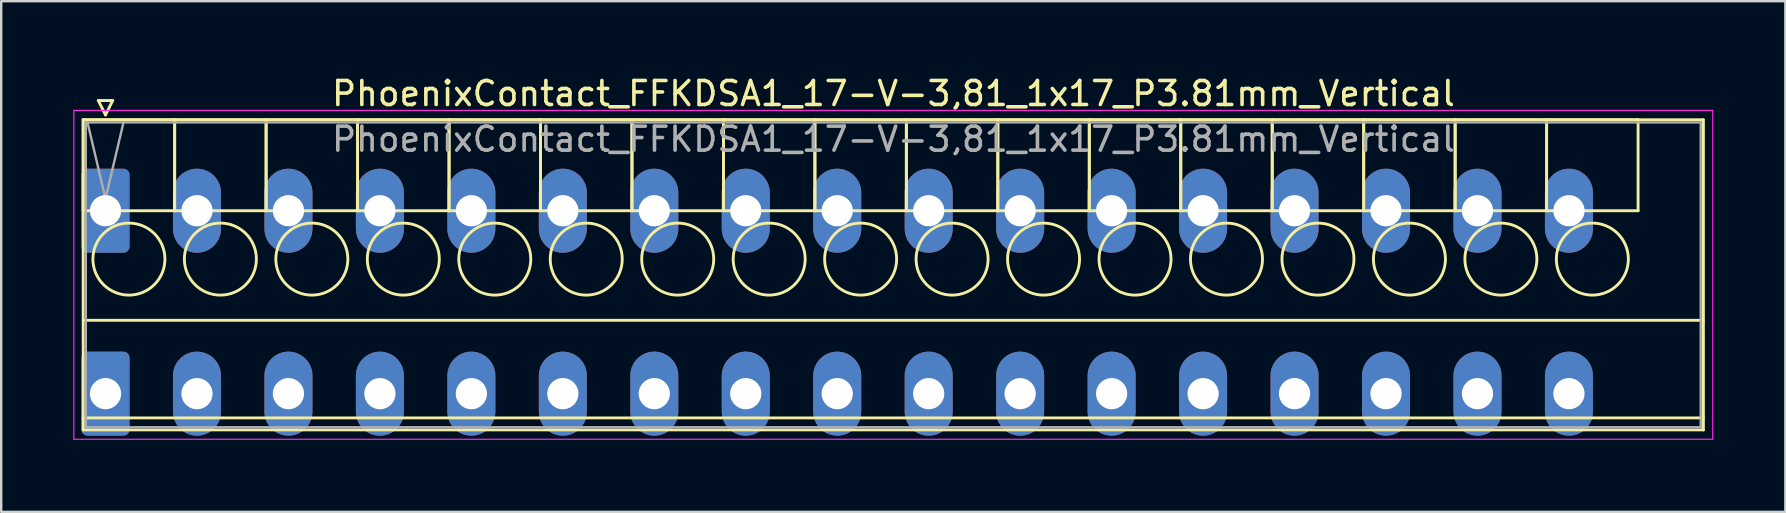
<source format=kicad_pcb>
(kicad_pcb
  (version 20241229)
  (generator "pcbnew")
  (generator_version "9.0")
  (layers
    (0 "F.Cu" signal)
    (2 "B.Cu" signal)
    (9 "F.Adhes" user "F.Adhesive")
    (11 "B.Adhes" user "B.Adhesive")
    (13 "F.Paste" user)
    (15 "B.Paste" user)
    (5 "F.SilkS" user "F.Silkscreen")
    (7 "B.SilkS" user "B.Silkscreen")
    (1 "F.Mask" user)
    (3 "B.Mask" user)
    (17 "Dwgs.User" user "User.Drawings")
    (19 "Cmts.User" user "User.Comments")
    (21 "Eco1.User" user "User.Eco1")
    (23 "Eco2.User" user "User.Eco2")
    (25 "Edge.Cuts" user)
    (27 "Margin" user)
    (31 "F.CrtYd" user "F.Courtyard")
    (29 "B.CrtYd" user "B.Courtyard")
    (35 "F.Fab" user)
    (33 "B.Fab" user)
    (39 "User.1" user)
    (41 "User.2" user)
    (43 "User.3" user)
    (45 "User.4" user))
  (footprint "PhoenixContact_FFKDSA1_17-V-3,81_1x17_P3.81mm_Vertical"
    (layer "F.Cu")
    (at 1.345 5.728)
    (property "Reference" "PhoenixContact_FFKDSA1_17-V-3,81_1x17_P3.81mm_Vertical" (at 32.82 -4.88 0) (layer "F.SilkS") (effects (font (size 1 1) (thickness 0.15))))
    (attr through_hole)
    (fp_line (start -0.93 -3.79) (end -0.93 0) (stroke (width 0.12) (type solid)) (layer "F.SilkS"))
    (fp_line (start -0.93 -3.79) (end -0.93 9.13) (stroke (width 0.12) (type solid)) (layer "F.SilkS"))
    (fp_line (start -0.93 0) (end 2.88 0) (stroke (width 0.12) (type solid)) (layer "F.SilkS"))
    (fp_line (start -0.93 4.565) (end 66.56 4.565) (stroke (width 0.12) (type solid)) (layer "F.SilkS"))
    (fp_line (start -0.93 8.63) (end 66.56 8.63) (stroke (width 0.12) (type solid)) (layer "F.SilkS"))
    (fp_line (start -0.93 9.13) (end 66.56 9.13) (stroke (width 0.12) (type solid)) (layer "F.SilkS"))
    (fp_line (start -0.3 -4.59) (end 0.3 -4.59) (stroke (width 0.12) (type solid)) (layer "F.SilkS"))
    (fp_line (start 0 -3.99) (end -0.3 -4.59) (stroke (width 0.12) (type solid)) (layer "F.SilkS"))
    (fp_line (start 0.3 -4.59) (end 0 -3.99) (stroke (width 0.12) (type solid)) (layer "F.SilkS"))
    (fp_line (start 2.88 -3.79) (end -0.93 -3.79) (stroke (width 0.12) (type solid)) (layer "F.SilkS"))
    (fp_line (start 2.88 -3.79) (end 2.88 0) (stroke (width 0.12) (type solid)) (layer "F.SilkS"))
    (fp_line (start 2.88 0) (end 2.88 -3.79) (stroke (width 0.12) (type solid)) (layer "F.SilkS"))
    (fp_line (start 2.88 0) (end 6.69 0) (stroke (width 0.12) (type solid)) (layer "F.SilkS"))
    (fp_line (start 6.69 -3.79) (end 2.88 -3.79) (stroke (width 0.12) (type solid)) (layer "F.SilkS"))
    (fp_line (start 6.69 -3.79) (end 6.69 0) (stroke (width 0.12) (type solid)) (layer "F.SilkS"))
    (fp_line (start 6.69 0) (end 6.69 -3.79) (stroke (width 0.12) (type solid)) (layer "F.SilkS"))
    (fp_line (start 6.69 0) (end 10.5 0) (stroke (width 0.12) (type solid)) (layer "F.SilkS"))
    (fp_line (start 10.5 -3.79) (end 6.69 -3.79) (stroke (width 0.12) (type solid)) (layer "F.SilkS"))
    (fp_line (start 10.5 -3.79) (end 10.5 0) (stroke (width 0.12) (type solid)) (layer "F.SilkS"))
    (fp_line (start 10.5 0) (end 10.5 -3.79) (stroke (width 0.12) (type solid)) (layer "F.SilkS"))
    (fp_line (start 10.5 0) (end 14.31 0) (stroke (width 0.12) (type solid)) (layer "F.SilkS"))
    (fp_line (start 14.31 -3.79) (end 10.5 -3.79) (stroke (width 0.12) (type solid)) (layer "F.SilkS"))
    (fp_line (start 14.31 -3.79) (end 14.31 0) (stroke (width 0.12) (type solid)) (layer "F.SilkS"))
    (fp_line (start 14.31 0) (end 14.31 -3.79) (stroke (width 0.12) (type solid)) (layer "F.SilkS"))
    (fp_line (start 14.31 0) (end 18.12 0) (stroke (width 0.12) (type solid)) (layer "F.SilkS"))
    (fp_line (start 18.12 -3.79) (end 14.31 -3.79) (stroke (width 0.12) (type solid)) (layer "F.SilkS"))
    (fp_line (start 18.12 -3.79) (end 18.12 0) (stroke (width 0.12) (type solid)) (layer "F.SilkS"))
    (fp_line (start 18.12 0) (end 18.12 -3.79) (stroke (width 0.12) (type solid)) (layer "F.SilkS"))
    (fp_line (start 18.12 0) (end 21.93 0) (stroke (width 0.12) (type solid)) (layer "F.SilkS"))
    (fp_line (start 21.93 -3.79) (end 18.12 -3.79) (stroke (width 0.12) (type solid)) (layer "F.SilkS"))
    (fp_line (start 21.93 -3.79) (end 21.93 0) (stroke (width 0.12) (type solid)) (layer "F.SilkS"))
    (fp_line (start 21.93 0) (end 21.93 -3.79) (stroke (width 0.12) (type solid)) (layer "F.SilkS"))
    (fp_line (start 21.93 0) (end 25.74 0) (stroke (width 0.12) (type solid)) (layer "F.SilkS"))
    (fp_line (start 25.74 -3.79) (end 21.93 -3.79) (stroke (width 0.12) (type solid)) (layer "F.SilkS"))
    (fp_line (start 25.74 -3.79) (end 25.74 0) (stroke (width 0.12) (type solid)) (layer "F.SilkS"))
    (fp_line (start 25.74 0) (end 25.74 -3.79) (stroke (width 0.12) (type solid)) (layer "F.SilkS"))
    (fp_line (start 25.74 0) (end 29.55 0) (stroke (width 0.12) (type solid)) (layer "F.SilkS"))
    (fp_line (start 29.55 -3.79) (end 25.74 -3.79) (stroke (width 0.12) (type solid)) (layer "F.SilkS"))
    (fp_line (start 29.55 -3.79) (end 29.55 0) (stroke (width 0.12) (type solid)) (layer "F.SilkS"))
    (fp_line (start 29.55 0) (end 29.55 -3.79) (stroke (width 0.12) (type solid)) (layer "F.SilkS"))
    (fp_line (start 29.55 0) (end 33.36 0) (stroke (width 0.12) (type solid)) (layer "F.SilkS"))
    (fp_line (start 33.36 -3.79) (end 29.55 -3.79) (stroke (width 0.12) (type solid)) (layer "F.SilkS"))
    (fp_line (start 33.36 -3.79) (end 33.36 0) (stroke (width 0.12) (type solid)) (layer "F.SilkS"))
    (fp_line (start 33.36 0) (end 33.36 -3.79) (stroke (width 0.12) (type solid)) (layer "F.SilkS"))
    (fp_line (start 33.36 0) (end 37.17 0) (stroke (width 0.12) (type solid)) (layer "F.SilkS"))
    (fp_line (start 37.17 -3.79) (end 33.36 -3.79) (stroke (width 0.12) (type solid)) (layer "F.SilkS"))
    (fp_line (start 37.17 -3.79) (end 37.17 0) (stroke (width 0.12) (type solid)) (layer "F.SilkS"))
    (fp_line (start 37.17 0) (end 37.17 -3.79) (stroke (width 0.12) (type solid)) (layer "F.SilkS"))
    (fp_line (start 37.17 0) (end 40.98 0) (stroke (width 0.12) (type solid)) (layer "F.SilkS"))
    (fp_line (start 40.98 -3.79) (end 37.17 -3.79) (stroke (width 0.12) (type solid)) (layer "F.SilkS"))
    (fp_line (start 40.98 -3.79) (end 40.98 0) (stroke (width 0.12) (type solid)) (layer "F.SilkS"))
    (fp_line (start 40.98 0) (end 40.98 -3.79) (stroke (width 0.12) (type solid)) (layer "F.SilkS"))
    (fp_line (start 40.98 0) (end 44.79 0) (stroke (width 0.12) (type solid)) (layer "F.SilkS"))
    (fp_line (start 44.79 -3.79) (end 40.98 -3.79) (stroke (width 0.12) (type solid)) (layer "F.SilkS"))
    (fp_line (start 44.79 -3.79) (end 44.79 0) (stroke (width 0.12) (type solid)) (layer "F.SilkS"))
    (fp_line (start 44.79 0) (end 44.79 -3.79) (stroke (width 0.12) (type solid)) (layer "F.SilkS"))
    (fp_line (start 44.79 0) (end 48.6 0) (stroke (width 0.12) (type solid)) (layer "F.SilkS"))
    (fp_line (start 48.6 -3.79) (end 44.79 -3.79) (stroke (width 0.12) (type solid)) (layer "F.SilkS"))
    (fp_line (start 48.6 -3.79) (end 48.6 0) (stroke (width 0.12) (type solid)) (layer "F.SilkS"))
    (fp_line (start 48.6 0) (end 48.6 -3.79) (stroke (width 0.12) (type solid)) (layer "F.SilkS"))
    (fp_line (start 48.6 0) (end 52.41 0) (stroke (width 0.12) (type solid)) (layer "F.SilkS"))
    (fp_line (start 52.41 -3.79) (end 48.6 -3.79) (stroke (width 0.12) (type solid)) (layer "F.SilkS"))
    (fp_line (start 52.41 -3.79) (end 52.41 0) (stroke (width 0.12) (type solid)) (layer "F.SilkS"))
    (fp_line (start 52.41 0) (end 52.41 -3.79) (stroke (width 0.12) (type solid)) (layer "F.SilkS"))
    (fp_line (start 52.41 0) (end 56.22 0) (stroke (width 0.12) (type solid)) (layer "F.SilkS"))
    (fp_line (start 56.22 -3.79) (end 52.41 -3.79) (stroke (width 0.12) (type solid)) (layer "F.SilkS"))
    (fp_line (start 56.22 -3.79) (end 56.22 0) (stroke (width 0.12) (type solid)) (layer "F.SilkS"))
    (fp_line (start 56.22 0) (end 56.22 -3.79) (stroke (width 0.12) (type solid)) (layer "F.SilkS"))
    (fp_line (start 56.22 0) (end 60.03 0) (stroke (width 0.12) (type solid)) (layer "F.SilkS"))
    (fp_line (start 60.03 -3.79) (end 56.22 -3.79) (stroke (width 0.12) (type solid)) (layer "F.SilkS"))
    (fp_line (start 60.03 -3.79) (end 60.03 0) (stroke (width 0.12) (type solid)) (layer "F.SilkS"))
    (fp_line (start 60.03 0) (end 60.03 -3.79) (stroke (width 0.12) (type solid)) (layer "F.SilkS"))
    (fp_line (start 60.03 0) (end 63.84 0) (stroke (width 0.12) (type solid)) (layer "F.SilkS"))
    (fp_line (start 63.84 -3.79) (end 60.03 -3.79) (stroke (width 0.12) (type solid)) (layer "F.SilkS"))
    (fp_line (start 63.84 0) (end 63.84 -3.79) (stroke (width 0.12) (type solid)) (layer "F.SilkS"))
    (fp_line (start 66.56 -3.79) (end -0.93 -3.79) (stroke (width 0.12) (type solid)) (layer "F.SilkS"))
    (fp_line (start 66.56 9.13) (end 66.56 -3.79) (stroke (width 0.12) (type solid)) (layer "F.SilkS"))
    (fp_circle (center 0.975 2.015) (end 2.475 2.015) (stroke (width 0.12) (type solid)) (fill no) (layer "F.SilkS"))
    (fp_circle (center 4.785 2.015) (end 6.285 2.015) (stroke (width 0.12) (type solid)) (fill no) (layer "F.SilkS"))
    (fp_circle (center 8.595 2.015) (end 10.095 2.015) (stroke (width 0.12) (type solid)) (fill no) (layer "F.SilkS"))
    (fp_circle (center 12.405 2.015) (end 13.905 2.015) (stroke (width 0.12) (type solid)) (fill no) (layer "F.SilkS"))
    (fp_circle (center 16.215 2.015) (end 17.715 2.015) (stroke (width 0.12) (type solid)) (fill no) (layer "F.SilkS"))
    (fp_circle (center 20.025 2.015) (end 21.525 2.015) (stroke (width 0.12) (type solid)) (fill no) (layer "F.SilkS"))
    (fp_circle (center 23.835 2.015) (end 25.335 2.015) (stroke (width 0.12) (type solid)) (fill no) (layer "F.SilkS"))
    (fp_circle (center 27.645 2.015) (end 29.145 2.015) (stroke (width 0.12) (type solid)) (fill no) (layer "F.SilkS"))
    (fp_circle (center 31.455 2.015) (end 32.955 2.015) (stroke (width 0.12) (type solid)) (fill no) (layer "F.SilkS"))
    (fp_circle (center 35.265 2.015) (end 36.765 2.015) (stroke (width 0.12) (type solid)) (fill no) (layer "F.SilkS"))
    (fp_circle (center 39.075 2.015) (end 40.575 2.015) (stroke (width 0.12) (type solid)) (fill no) (layer "F.SilkS"))
    (fp_circle (center 42.885 2.015) (end 44.385 2.015) (stroke (width 0.12) (type solid)) (fill no) (layer "F.SilkS"))
    (fp_circle (center 46.695 2.015) (end 48.195 2.015) (stroke (width 0.12) (type solid)) (fill no) (layer "F.SilkS"))
    (fp_circle (center 50.505 2.015) (end 52.005 2.015) (stroke (width 0.12) (type solid)) (fill no) (layer "F.SilkS"))
    (fp_circle (center 54.315 2.015) (end 55.815 2.015) (stroke (width 0.12) (type solid)) (fill no) (layer "F.SilkS"))
    (fp_circle (center 58.125 2.015) (end 59.625 2.015) (stroke (width 0.12) (type solid)) (fill no) (layer "F.SilkS"))
    (fp_circle (center 61.935 2.015) (end 63.435 2.015) (stroke (width 0.12) (type solid)) (fill no) (layer "F.SilkS"))
    (fp_line (start -1.32 -4.18) (end -1.32 9.52) (stroke (width 0.05) (type solid)) (layer "F.CrtYd"))
    (fp_line (start -1.32 9.52) (end 66.95 9.52) (stroke (width 0.05) (type solid)) (layer "F.CrtYd"))
    (fp_line (start 66.95 -4.18) (end -1.32 -4.18) (stroke (width 0.05) (type solid)) (layer "F.CrtYd"))
    (fp_line (start 66.95 9.52) (end 66.95 -4.18) (stroke (width 0.05) (type solid)) (layer "F.CrtYd"))
    (fp_line (start -0.82 -3.68) (end -0.82 9.02) (stroke (width 0.1) (type solid)) (layer "F.Fab"))
    (fp_line (start -0.82 9.02) (end 66.45 9.02) (stroke (width 0.1) (type solid)) (layer "F.Fab"))
    (fp_line (start 0 -0.5) (end -0.75 -3.68) (stroke (width 0.1) (type solid)) (layer "F.Fab"))
    (fp_line (start 0.75 -3.68) (end 0 -0.5) (stroke (width 0.1) (type solid)) (layer "F.Fab"))
    (fp_line (start 66.45 -3.68) (end -0.82 -3.68) (stroke (width 0.1) (type solid)) (layer "F.Fab"))
    (fp_line (start 66.45 9.02) (end 66.45 -3.68) (stroke (width 0.1) (type solid)) (layer "F.Fab"))
    (fp_text user "${REFERENCE}" (at 32.82 -2.98 0) (layer "F.Fab") (effects (font (size 1 1) (thickness 0.15))))
    (pad "1" thru_hole roundrect (at 0 0) (size 2 3.5) (drill 1.3) (layers "*.Cu" "*.Mask") (roundrect_rratio 0.125))
    (pad "1" thru_hole roundrect (at 0 7.62) (size 2 3.5) (drill 1.3) (layers "*.Cu" "*.Mask") (roundrect_rratio 0.125))
    (pad "2" thru_hole oval (at 3.81 0) (size 2 3.5) (drill 1.3) (layers "*.Cu" "*.Mask"))
    (pad "2" thru_hole oval (at 3.81 7.62) (size 2 3.5) (drill 1.3) (layers "*.Cu" "*.Mask"))
    (pad "3" thru_hole oval (at 7.62 0) (size 2 3.5) (drill 1.3) (layers "*.Cu" "*.Mask"))
    (pad "3" thru_hole oval (at 7.62 7.62) (size 2 3.5) (drill 1.3) (layers "*.Cu" "*.Mask"))
    (pad "4" thru_hole oval (at 11.43 0) (size 2 3.5) (drill 1.3) (layers "*.Cu" "*.Mask"))
    (pad "4" thru_hole oval (at 11.43 7.62) (size 2 3.5) (drill 1.3) (layers "*.Cu" "*.Mask"))
    (pad "5" thru_hole oval (at 15.24 0) (size 2 3.5) (drill 1.3) (layers "*.Cu" "*.Mask"))
    (pad "5" thru_hole oval (at 15.24 7.62) (size 2 3.5) (drill 1.3) (layers "*.Cu" "*.Mask"))
    (pad "6" thru_hole oval (at 19.05 0) (size 2 3.5) (drill 1.3) (layers "*.Cu" "*.Mask"))
    (pad "6" thru_hole oval (at 19.05 7.62) (size 2 3.5) (drill 1.3) (layers "*.Cu" "*.Mask"))
    (pad "7" thru_hole oval (at 22.86 0) (size 2 3.5) (drill 1.3) (layers "*.Cu" "*.Mask"))
    (pad "7" thru_hole oval (at 22.86 7.62) (size 2 3.5) (drill 1.3) (layers "*.Cu" "*.Mask"))
    (pad "8" thru_hole oval (at 26.67 0) (size 2 3.5) (drill 1.3) (layers "*.Cu" "*.Mask"))
    (pad "8" thru_hole oval (at 26.67 7.62) (size 2 3.5) (drill 1.3) (layers "*.Cu" "*.Mask"))
    (pad "9" thru_hole oval (at 30.48 0) (size 2 3.5) (drill 1.3) (layers "*.Cu" "*.Mask"))
    (pad "9" thru_hole oval (at 30.48 7.62) (size 2 3.5) (drill 1.3) (layers "*.Cu" "*.Mask"))
    (pad "10" thru_hole oval (at 34.29 0) (size 2 3.5) (drill 1.3) (layers "*.Cu" "*.Mask"))
    (pad "10" thru_hole oval (at 34.29 7.62) (size 2 3.5) (drill 1.3) (layers "*.Cu" "*.Mask"))
    (pad "11" thru_hole oval (at 38.1 0) (size 2 3.5) (drill 1.3) (layers "*.Cu" "*.Mask"))
    (pad "11" thru_hole oval (at 38.1 7.62) (size 2 3.5) (drill 1.3) (layers "*.Cu" "*.Mask"))
    (pad "12" thru_hole oval (at 41.91 0) (size 2 3.5) (drill 1.3) (layers "*.Cu" "*.Mask"))
    (pad "12" thru_hole oval (at 41.91 7.62) (size 2 3.5) (drill 1.3) (layers "*.Cu" "*.Mask"))
    (pad "13" thru_hole oval (at 45.72 0) (size 2 3.5) (drill 1.3) (layers "*.Cu" "*.Mask"))
    (pad "13" thru_hole oval (at 45.72 7.62) (size 2 3.5) (drill 1.3) (layers "*.Cu" "*.Mask"))
    (pad "14" thru_hole oval (at 49.53 0) (size 2 3.5) (drill 1.3) (layers "*.Cu" "*.Mask"))
    (pad "14" thru_hole oval (at 49.53 7.62) (size 2 3.5) (drill 1.3) (layers "*.Cu" "*.Mask"))
    (pad "15" thru_hole oval (at 53.34 0) (size 2 3.5) (drill 1.3) (layers "*.Cu" "*.Mask"))
    (pad "15" thru_hole oval (at 53.34 7.62) (size 2 3.5) (drill 1.3) (layers "*.Cu" "*.Mask"))
    (pad "16" thru_hole oval (at 57.15 0) (size 2 3.5) (drill 1.3) (layers "*.Cu" "*.Mask"))
    (pad "16" thru_hole oval (at 57.15 7.62) (size 2 3.5) (drill 1.3) (layers "*.Cu" "*.Mask"))
    (pad "17" thru_hole oval (at 60.96 0) (size 2 3.5) (drill 1.3) (layers "*.Cu" "*.Mask"))
    (pad "17" thru_hole oval (at 60.96 7.62) (size 2 3.5) (drill 1.3) (layers "*.Cu" "*.Mask")))
  (gr_rect
    (start -3 -3)
    (end 71.32 18.273)
    (stroke (width 0.1) (type default))
    (fill no)
    (layer "Edge.Cuts")))
</source>
